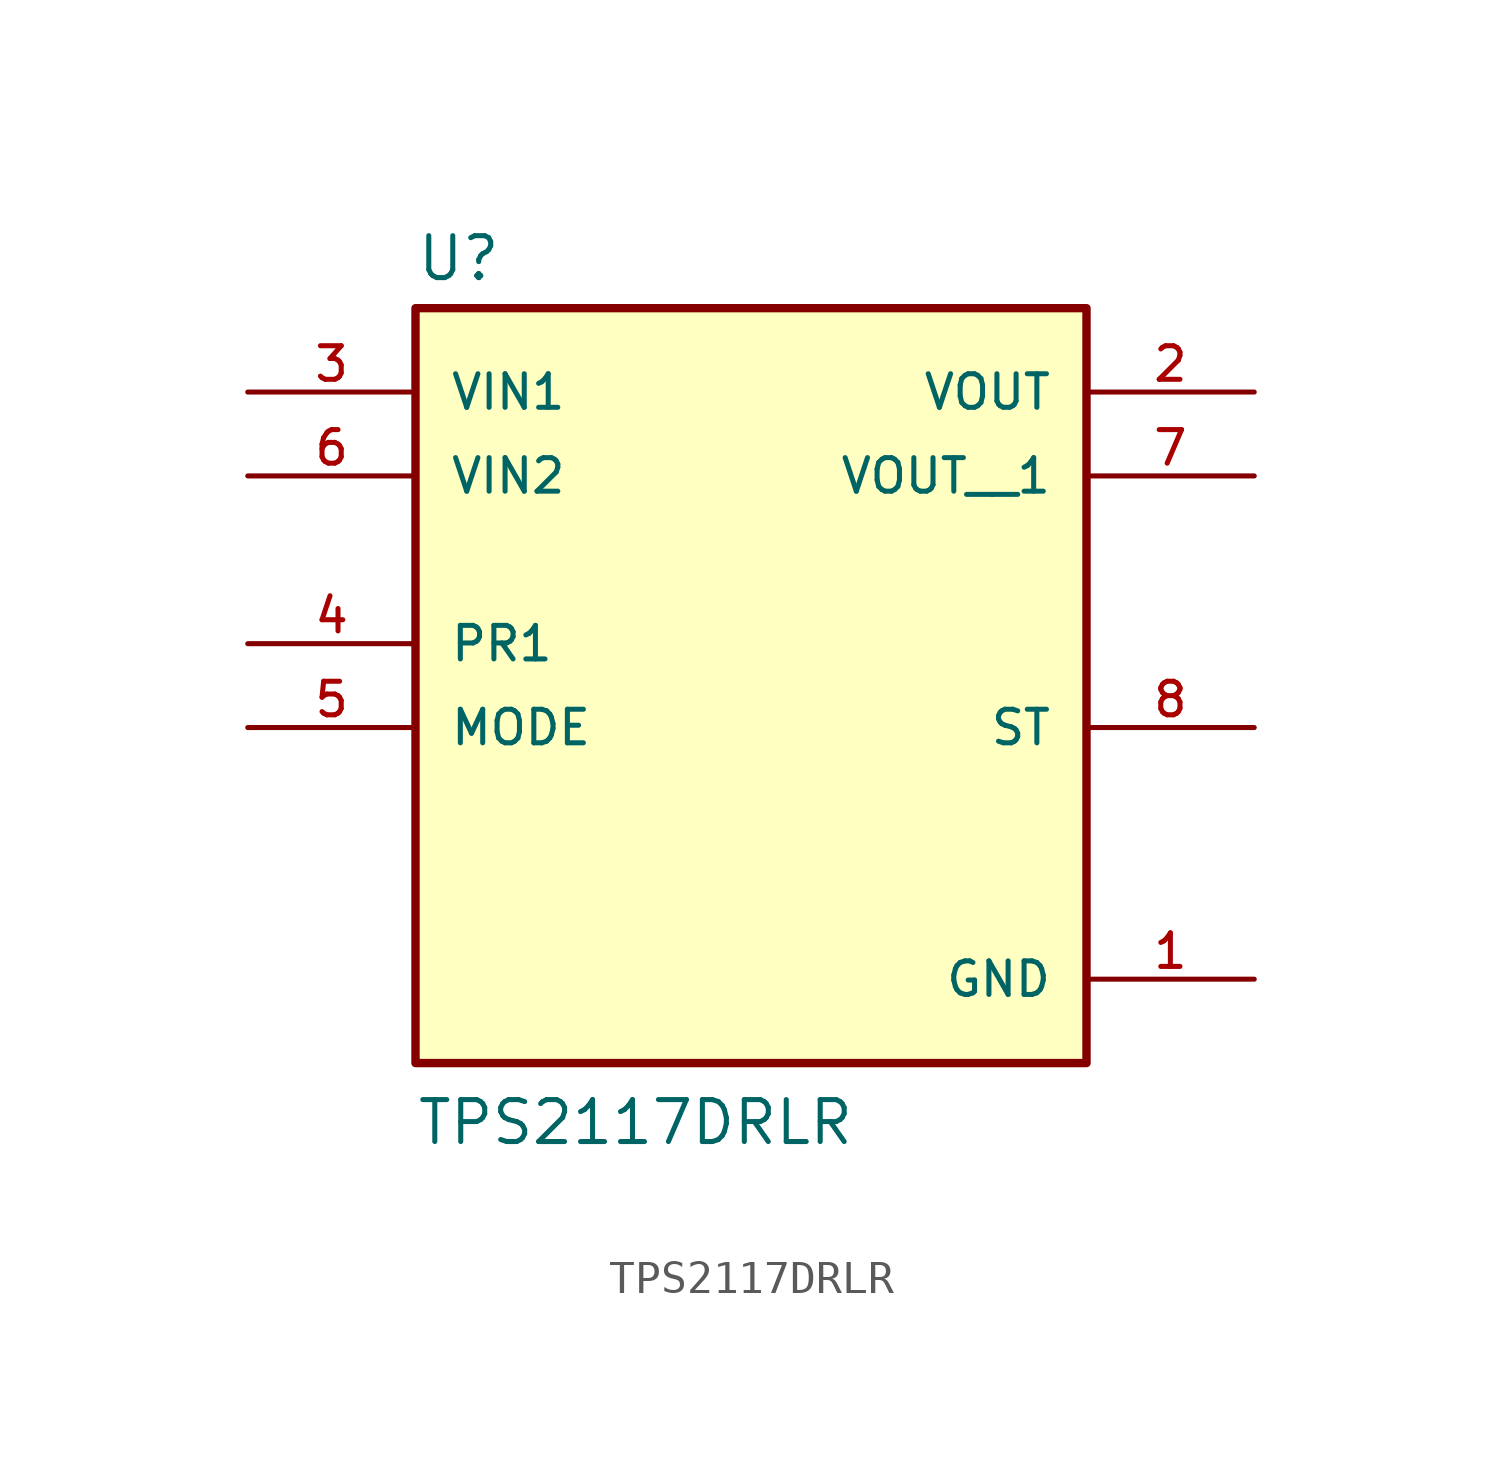
<source format=kicad_sym>
(kicad_symbol_lib
  (version 20220914)
  (generator kicad_symbol_editor)
  (symbol "TPS2117DRLR"
    (pin_names
      (offset 1.016))
    (property "Reference" "U"
      (at -10.16 10.922 0)
      (effects (font (size 1.27 1.27)) (justify left bottom)))
    (property "Value" "TPS2117DRLR"
      (at -10.16 -15.24 0)
      (effects (font (size 1.27 1.27)) (justify left bottom)))
    (symbol "TPS2117DRLR_0_0"
      (rectangle (start -10.16 -12.7) (end 10.16 10.16) (stroke (width 0.254) (type default)) (fill (type background)))
      (pin power_in line (at 15.24 -10.16 180) (length 5.08) (name "GND" (effects (font (size 1.016 1.016)))) (number "1" (effects (font (size 1.016 1.016)))))
      (pin output line (at 15.24 7.62 180) (length 5.08) (name "VOUT" (effects (font (size 1.016 1.016)))) (number "2" (effects (font (size 1.016 1.016)))))
      (pin input line (at -15.24 7.62 0) (length 5.08) (name "VIN1" (effects (font (size 1.016 1.016)))) (number "3" (effects (font (size 1.016 1.016)))))
      (pin input line (at -15.24 0 0) (length 5.08) (name "PR1" (effects (font (size 1.016 1.016)))) (number "4" (effects (font (size 1.016 1.016)))))
      (pin input line (at -15.24 -2.54 0) (length 5.08) (name "MODE" (effects (font (size 1.016 1.016)))) (number "5" (effects (font (size 1.016 1.016)))))
      (pin input line (at -15.24 5.08 0) (length 5.08) (name "VIN2" (effects (font (size 1.016 1.016)))) (number "6" (effects (font (size 1.016 1.016)))))
      (pin output line (at 15.24 5.08 180) (length 5.08) (name "VOUT__1" (effects (font (size 1.016 1.016)))) (number "7" (effects (font (size 1.016 1.016)))))
      (pin output line (at 15.24 -2.54 180) (length 5.08) (name "ST" (effects (font (size 1.016 1.016)))) (number "8" (effects (font (size 1.016 1.016))))))))
</source>
